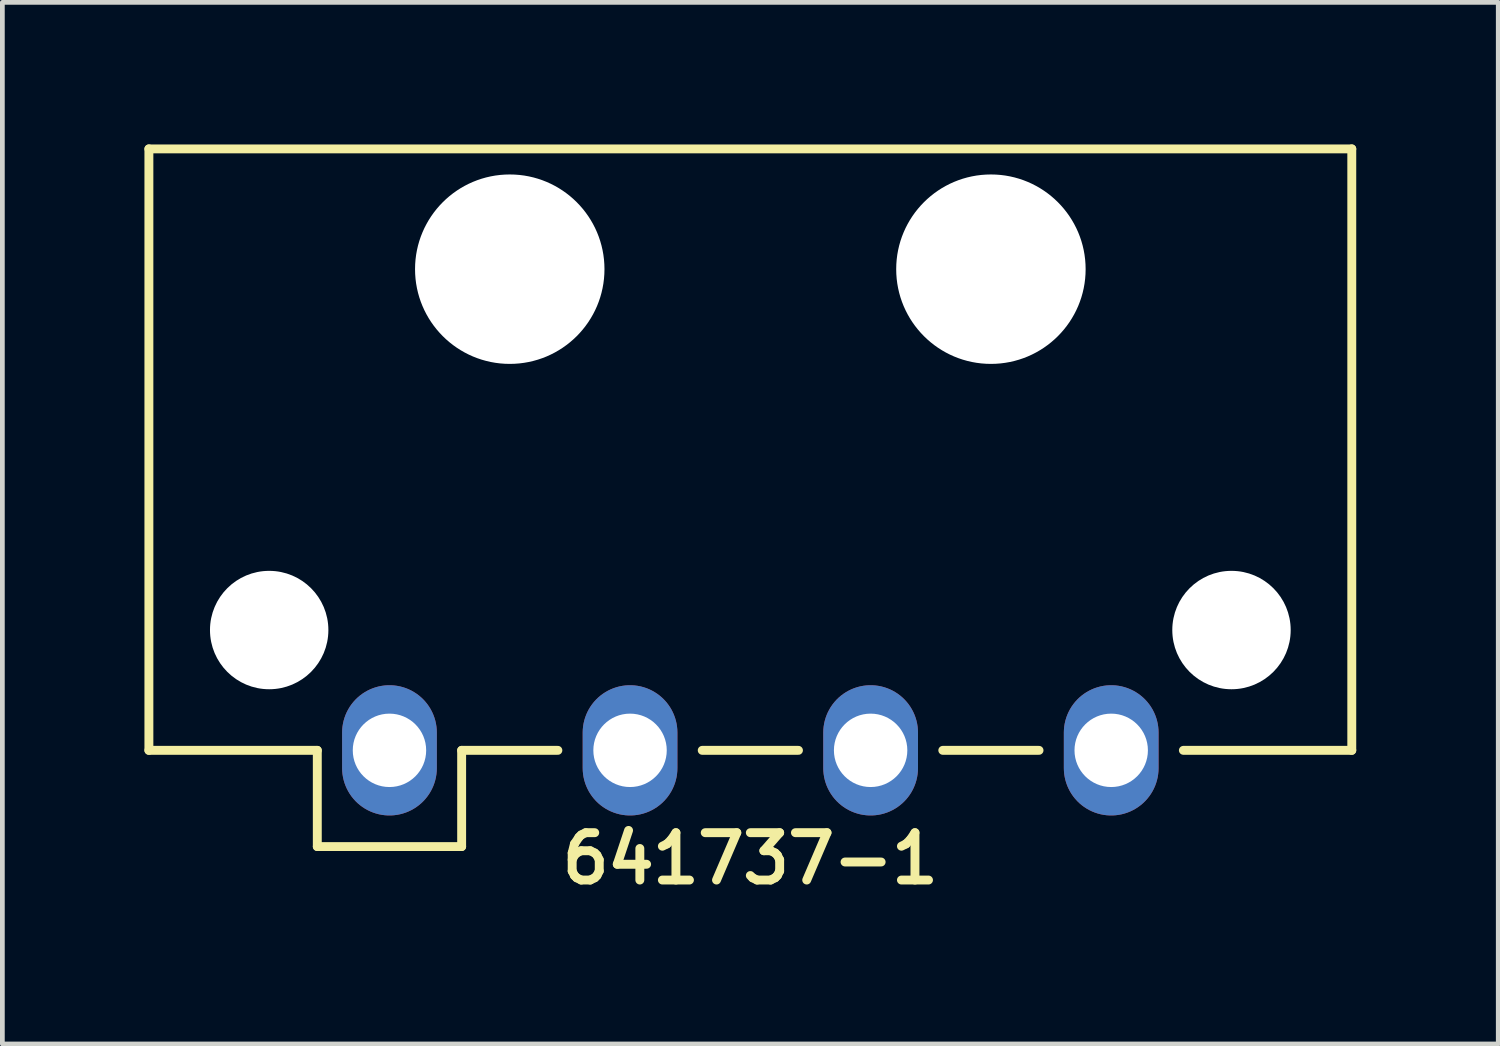
<source format=kicad_pcb>
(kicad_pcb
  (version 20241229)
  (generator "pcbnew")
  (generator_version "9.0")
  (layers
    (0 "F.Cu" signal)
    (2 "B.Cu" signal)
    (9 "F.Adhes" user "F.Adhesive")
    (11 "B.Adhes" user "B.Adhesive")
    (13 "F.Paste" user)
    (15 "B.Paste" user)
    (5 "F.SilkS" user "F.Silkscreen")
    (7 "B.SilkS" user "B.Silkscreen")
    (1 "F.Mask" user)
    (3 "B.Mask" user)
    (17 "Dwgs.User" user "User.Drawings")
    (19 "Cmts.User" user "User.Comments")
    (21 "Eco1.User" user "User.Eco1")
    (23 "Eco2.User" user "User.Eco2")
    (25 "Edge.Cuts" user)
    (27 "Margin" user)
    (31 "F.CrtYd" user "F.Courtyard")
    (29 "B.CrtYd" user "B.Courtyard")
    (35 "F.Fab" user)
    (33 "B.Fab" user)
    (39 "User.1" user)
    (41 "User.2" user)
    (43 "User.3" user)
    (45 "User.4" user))
  (footprint "641737-1"
    (layer "F.Cu")
    (at 12.794 12.794)
    (property "Reference" "641737-1" (at 0 2.286 0) (layer "F.SilkS") (effects (font (size 1 1) (thickness 0.188))))
    (attr through_hole)
    (fp_line (start -12.7 -12.7) (end 12.7 -12.7) (stroke (width 0.188) (type solid)) (layer "F.SilkS"))
    (fp_line (start -12.7 0) (end -12.7 -12.7) (stroke (width 0.188) (type solid)) (layer "F.SilkS"))
    (fp_line (start -9.144 0) (end -12.7 0) (stroke (width 0.188) (type solid)) (layer "F.SilkS"))
    (fp_line (start -9.144 2.032) (end -9.144 0) (stroke (width 0.188) (type solid)) (layer "F.SilkS"))
    (fp_line (start -6.096 0) (end -6.096 2.032) (stroke (width 0.188) (type solid)) (layer "F.SilkS"))
    (fp_line (start -6.096 2.032) (end -9.144 2.032) (stroke (width 0.188) (type solid)) (layer "F.SilkS"))
    (fp_line (start -4.064 0) (end -6.096 0) (stroke (width 0.188) (type solid)) (layer "F.SilkS"))
    (fp_line (start 1.016 0) (end -1.016 0) (stroke (width 0.188) (type solid)) (layer "F.SilkS"))
    (fp_line (start 6.096 0) (end 4.064 0) (stroke (width 0.188) (type solid)) (layer "F.SilkS"))
    (fp_line (start 12.7 -12.7) (end 12.7 0) (stroke (width 0.188) (type solid)) (layer "F.SilkS"))
    (fp_line (start 12.7 0) (end 9.144 0) (stroke (width 0.188) (type solid)) (layer "F.SilkS"))
    (pad "" np_thru_hole circle (at -10.16 -2.54) (size 2.5 2.5) (drill 2.5) (layers "*.Cu" "*.Mask"))
    (pad "" np_thru_hole circle (at -5.08 -10.16) (size 4 4) (drill 4) (layers "*.Cu" "*.Mask"))
    (pad "" np_thru_hole circle (at 5.08 -10.16) (size 4 4) (drill 4) (layers "*.Cu" "*.Mask"))
    (pad "" np_thru_hole circle (at 10.16 -2.54) (size 2.5 2.5) (drill 2.5) (layers "*.Cu" "*.Mask"))
    (pad "1" thru_hole oval (at -7.62 0) (size 2 2.75) (drill 1.55) (layers "*.Cu" "*.Mask"))
    (pad "2" thru_hole oval (at -2.54 0) (size 2 2.75) (drill 1.55) (layers "*.Cu" "*.Mask"))
    (pad "3" thru_hole oval (at 2.54 0) (size 2 2.75) (drill 1.55) (layers "*.Cu" "*.Mask"))
    (pad "4" thru_hole oval (at 7.62 0) (size 2 2.75) (drill 1.55) (layers "*.Cu" "*.Mask")))
  (gr_rect
    (start -3 -3)
    (end 28.587 18.994)
    (stroke (width 0.1) (type default))
    (fill no)
    (layer "Edge.Cuts")))
</source>
